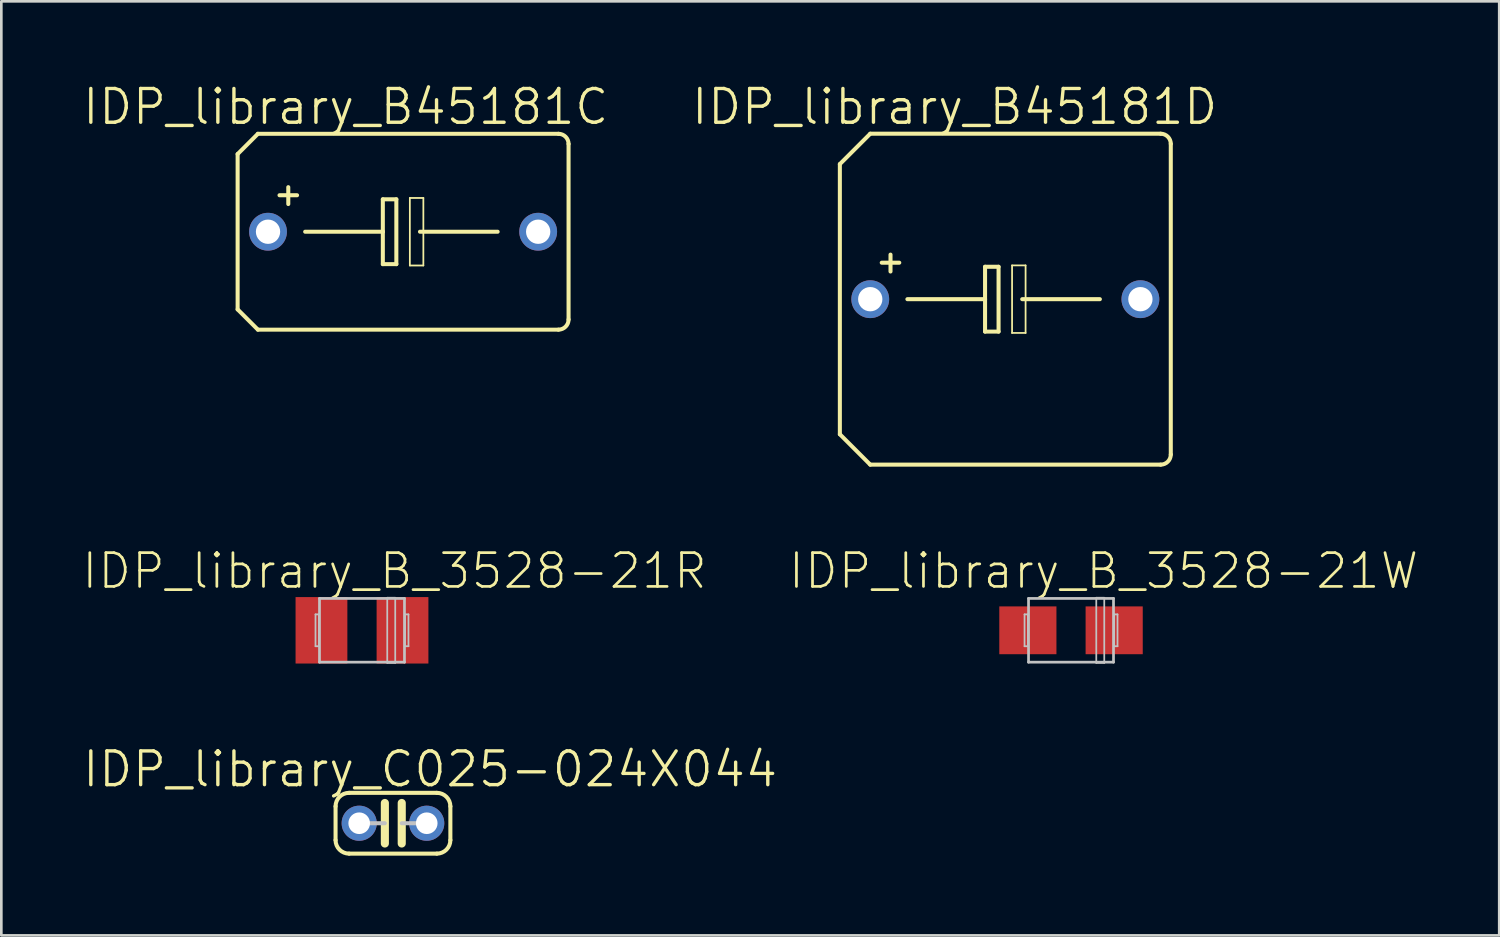
<source format=kicad_pcb>
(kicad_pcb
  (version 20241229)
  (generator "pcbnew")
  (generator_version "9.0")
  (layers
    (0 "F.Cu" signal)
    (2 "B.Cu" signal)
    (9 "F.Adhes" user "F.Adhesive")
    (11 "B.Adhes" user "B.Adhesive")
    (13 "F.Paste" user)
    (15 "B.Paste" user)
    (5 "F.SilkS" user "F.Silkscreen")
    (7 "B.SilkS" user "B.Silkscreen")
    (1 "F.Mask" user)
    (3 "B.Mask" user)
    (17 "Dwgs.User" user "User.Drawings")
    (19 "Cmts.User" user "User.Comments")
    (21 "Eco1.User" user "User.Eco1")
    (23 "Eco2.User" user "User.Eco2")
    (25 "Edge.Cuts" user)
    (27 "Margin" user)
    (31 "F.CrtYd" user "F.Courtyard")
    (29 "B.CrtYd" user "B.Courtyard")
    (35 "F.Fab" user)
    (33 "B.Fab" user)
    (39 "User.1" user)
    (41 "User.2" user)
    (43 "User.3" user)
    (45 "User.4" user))
  (footprint "IDP_library_B45181C"
    (layer "F.Cu")
    (at 12.11 5.665)
    (property "Reference" "IDP_library_B45181C" (at -2.159 -4.699 0) (layer "F.SilkS") (effects (font (size 1.27 1.27) (thickness 0.127))))
    (attr exclude_from_pos_files exclude_from_bom)
    (fp_line (start -6.223 -2.921) (end -6.223 2.921) (stroke (width 0.152) (type solid)) (layer "F.SilkS"))
    (fp_line (start -6.223 -2.921) (end -5.461 -3.683) (stroke (width 0.152) (type solid)) (layer "F.SilkS"))
    (fp_line (start -5.461 3.683) (end -6.223 2.921) (stroke (width 0.152) (type solid)) (layer "F.SilkS"))
    (fp_line (start -5.461 3.683) (end 5.842 3.683) (stroke (width 0.152) (type solid)) (layer "F.SilkS"))
    (fp_line (start -4.318 -1.676) (end -4.318 -1.041) (stroke (width 0.152) (type solid)) (layer "F.SilkS"))
    (fp_line (start -3.988 -1.372) (end -4.648 -1.372) (stroke (width 0.152) (type solid)) (layer "F.SilkS"))
    (fp_line (start -3.683 0) (end -0.762 0) (stroke (width 0.152) (type solid)) (layer "F.SilkS"))
    (fp_line (start -0.762 -1.219) (end -0.762 0) (stroke (width 0.152) (type solid)) (layer "F.SilkS"))
    (fp_line (start -0.762 0) (end -0.762 1.219) (stroke (width 0.152) (type solid)) (layer "F.SilkS"))
    (fp_line (start -0.762 1.219) (end -0.254 1.219) (stroke (width 0.152) (type solid)) (layer "F.SilkS"))
    (fp_line (start -0.254 -1.219) (end -0.762 -1.219) (stroke (width 0.152) (type solid)) (layer "F.SilkS"))
    (fp_line (start -0.254 1.219) (end -0.254 -1.219) (stroke (width 0.152) (type solid)) (layer "F.SilkS"))
    (fp_line (start 0.254 -1.27) (end 0.762 -1.27) (stroke (width 0.066) (type solid)) (layer "F.SilkS"))
    (fp_line (start 0.254 1.27) (end 0.254 -1.27) (stroke (width 0.066) (type solid)) (layer "F.SilkS"))
    (fp_line (start 0.254 1.27) (end 0.762 1.27) (stroke (width 0.066) (type solid)) (layer "F.SilkS"))
    (fp_line (start 0.635 0) (end 3.556 0) (stroke (width 0.152) (type solid)) (layer "F.SilkS"))
    (fp_line (start 0.762 1.27) (end 0.762 -1.27) (stroke (width 0.066) (type solid)) (layer "F.SilkS"))
    (fp_line (start 5.842 -3.683) (end -5.461 -3.683) (stroke (width 0.152) (type solid)) (layer "F.SilkS"))
    (fp_line (start 6.223 -3.302) (end 6.223 3.302) (stroke (width 0.152) (type solid)) (layer "F.SilkS"))
    (fp_arc (start 5.842 -3.683) (mid 6.111408 -3.571408) (end 6.223 -3.302) (stroke (width 0.1524) (type solid)) (layer "F.SilkS"))
    (fp_arc (start 6.223 3.302) (mid 6.111408 3.571408) (end 5.842 3.683) (stroke (width 0.1524) (type solid)) (layer "F.SilkS"))
    (pad "+" thru_hole circle (at -5.08 0) (size 1.422 1.422) (drill 0.914) (layers "*.Cu" "*.Paste" "*.Mask"))
    (pad "-" thru_hole circle (at 5.08 0) (size 1.422 1.422) (drill 0.914) (layers "*.Cu" "*.Paste" "*.Mask")))
  (footprint "IDP_library_C025-024X044"
    (layer "F.Cu")
    (at 10.459 27.911)
    (property "Reference" "IDP_library_C025-024X044" (at 2.667 -2.032 0) (layer "F.SilkS") (effects (font (size 1.27 1.27) (thickness 0.127))))
    (attr exclude_from_pos_files exclude_from_bom)
    (fp_line (start -0.889 0.635) (end -0.889 -0.635) (stroke (width 0.152) (type solid)) (layer "F.SilkS"))
    (fp_line (start 0.965 -0.762) (end 0.965 0.762) (stroke (width 0.305) (type solid)) (layer "F.SilkS"))
    (fp_line (start 1.6 -0.762) (end 1.6 0.762) (stroke (width 0.305) (type solid)) (layer "F.SilkS"))
    (fp_line (start 2.921 -1.143) (end -0.381 -1.143) (stroke (width 0.152) (type solid)) (layer "F.SilkS"))
    (fp_line (start 2.921 1.143) (end -0.381 1.143) (stroke (width 0.152) (type solid)) (layer "F.SilkS"))
    (fp_line (start 3.429 0.635) (end 3.429 -0.635) (stroke (width 0.152) (type solid)) (layer "F.SilkS"))
    (fp_arc (start -0.889 -0.635) (mid -0.74021 -0.99421) (end -0.381 -1.143) (stroke (width 0.1524) (type solid)) (layer "F.SilkS"))
    (fp_arc (start -0.381 1.143) (mid -0.74021 0.99421) (end -0.889 0.635) (stroke (width 0.1524) (type solid)) (layer "F.SilkS"))
    (fp_arc (start 2.921 -1.143) (mid 3.28021 -0.99421) (end 3.429 -0.635) (stroke (width 0.1524) (type solid)) (layer "F.SilkS"))
    (fp_arc (start 3.429 0.635) (mid 3.28021 0.99421) (end 2.921 1.143) (stroke (width 0.1524) (type solid)) (layer "F.SilkS"))
    (fp_line (start 0 0) (end 0.965 0) (stroke (width 0.152) (type solid)) (layer "Dwgs.User"))
    (fp_line (start 2.54 0) (end 1.6 0) (stroke (width 0.152) (type solid)) (layer "Dwgs.User"))
    (pad "1" thru_hole circle (at 0 0) (size 1.321 1.321) (drill 0.813) (layers "*.Cu" "*.Paste" "*.Mask"))
    (pad "2" thru_hole circle (at 2.54 0) (size 1.321 1.321) (drill 0.813) (layers "*.Cu" "*.Paste" "*.Mask")))
  (footprint "IDP_library_B_3528-21R"
    (layer "F.Cu")
    (at 10.564 20.655)
    (property "Reference" "IDP_library_B_3528-21R" (at 1.224 -2.233 0) (layer "F.SilkS") (effects (font (size 1.27 1.27) (thickness 0.102))))
    (attr smd)
    (fp_line (start -1.748 -0.599) (end -1.623 -0.599) (stroke (width 0.066) (type solid)) (layer "Dwgs.User"))
    (fp_line (start -1.748 0.599) (end -1.748 -0.599) (stroke (width 0.066) (type solid)) (layer "Dwgs.User"))
    (fp_line (start -1.748 0.599) (end -1.623 0.599) (stroke (width 0.066) (type solid)) (layer "Dwgs.User"))
    (fp_line (start -1.623 0.599) (end -1.623 -0.599) (stroke (width 0.066) (type solid)) (layer "Dwgs.User"))
    (fp_line (start -1.598 -1.199) (end 1.598 -1.199) (stroke (width 0.102) (type solid)) (layer "Dwgs.User"))
    (fp_line (start -1.598 1.199) (end -1.598 -1.199) (stroke (width 0.102) (type solid)) (layer "Dwgs.User"))
    (fp_line (start 0.95 -1.224) (end 1.25 -1.224) (stroke (width 0.066) (type solid)) (layer "Dwgs.User"))
    (fp_line (start 0.95 1.224) (end 0.95 -1.224) (stroke (width 0.066) (type solid)) (layer "Dwgs.User"))
    (fp_line (start 0.95 1.224) (end 1.25 1.224) (stroke (width 0.066) (type solid)) (layer "Dwgs.User"))
    (fp_line (start 1.25 1.224) (end 1.25 -1.224) (stroke (width 0.066) (type solid)) (layer "Dwgs.User"))
    (fp_line (start 1.598 -1.199) (end 1.598 1.199) (stroke (width 0.102) (type solid)) (layer "Dwgs.User"))
    (fp_line (start 1.598 1.199) (end -1.598 1.199) (stroke (width 0.102) (type solid)) (layer "Dwgs.User"))
    (fp_line (start 1.623 -0.599) (end 1.748 -0.599) (stroke (width 0.066) (type solid)) (layer "Dwgs.User"))
    (fp_line (start 1.623 0.599) (end 1.623 -0.599) (stroke (width 0.066) (type solid)) (layer "Dwgs.User"))
    (fp_line (start 1.623 0.599) (end 1.748 0.599) (stroke (width 0.066) (type solid)) (layer "Dwgs.User"))
    (fp_line (start 1.748 0.599) (end 1.748 -0.599) (stroke (width 0.066) (type solid)) (layer "Dwgs.User"))
    (pad "+" smd rect (at 1.524 0) (size 1.948 2.499) (layers "F.Cu" "F.Mask" "F.Paste"))
    (pad "-" smd rect (at -1.524 0) (size 1.948 2.499) (layers "F.Cu" "F.Mask" "F.Paste")))
  (footprint "IDP_library_B_3528-21W"
    (layer "F.Cu")
    (at 37.23 20.655)
    (property "Reference" "IDP_library_B_3528-21W" (at 1.224 -2.233 0) (layer "F.SilkS") (effects (font (size 1.27 1.27) (thickness 0.102))))
    (attr smd)
    (fp_line (start -1.748 -0.599) (end -1.623 -0.599) (stroke (width 0.066) (type solid)) (layer "Dwgs.User"))
    (fp_line (start -1.748 0.599) (end -1.748 -0.599) (stroke (width 0.066) (type solid)) (layer "Dwgs.User"))
    (fp_line (start -1.748 0.599) (end -1.623 0.599) (stroke (width 0.066) (type solid)) (layer "Dwgs.User"))
    (fp_line (start -1.623 0.599) (end -1.623 -0.599) (stroke (width 0.066) (type solid)) (layer "Dwgs.User"))
    (fp_line (start -1.598 -1.199) (end 1.598 -1.199) (stroke (width 0.102) (type solid)) (layer "Dwgs.User"))
    (fp_line (start -1.598 1.199) (end -1.598 -1.199) (stroke (width 0.102) (type solid)) (layer "Dwgs.User"))
    (fp_line (start 0.95 -1.224) (end 1.25 -1.224) (stroke (width 0.066) (type solid)) (layer "Dwgs.User"))
    (fp_line (start 0.95 1.224) (end 0.95 -1.224) (stroke (width 0.066) (type solid)) (layer "Dwgs.User"))
    (fp_line (start 0.95 1.224) (end 1.25 1.224) (stroke (width 0.066) (type solid)) (layer "Dwgs.User"))
    (fp_line (start 1.25 1.224) (end 1.25 -1.224) (stroke (width 0.066) (type solid)) (layer "Dwgs.User"))
    (fp_line (start 1.598 -1.199) (end 1.598 1.199) (stroke (width 0.102) (type solid)) (layer "Dwgs.User"))
    (fp_line (start 1.598 1.199) (end -1.598 1.199) (stroke (width 0.102) (type solid)) (layer "Dwgs.User"))
    (fp_line (start 1.623 -0.599) (end 1.748 -0.599) (stroke (width 0.066) (type solid)) (layer "Dwgs.User"))
    (fp_line (start 1.623 0.599) (end 1.623 -0.599) (stroke (width 0.066) (type solid)) (layer "Dwgs.User"))
    (fp_line (start 1.623 0.599) (end 1.748 0.599) (stroke (width 0.066) (type solid)) (layer "Dwgs.User"))
    (fp_line (start 1.748 0.599) (end 1.748 -0.599) (stroke (width 0.066) (type solid)) (layer "Dwgs.User"))
    (pad "+" smd rect (at 1.623 0) (size 2.149 1.798) (layers "F.Cu" "F.Mask" "F.Paste"))
    (pad "-" smd rect (at -1.623 0) (size 2.149 1.798) (layers "F.Cu" "F.Mask" "F.Paste")))
  (footprint "IDP_library_B45181D"
    (layer "F.Cu")
    (at 34.759 8.202)
    (property "Reference" "IDP_library_B45181D" (at -1.905 -7.236 0) (layer "F.SilkS") (effects (font (size 1.27 1.27) (thickness 0.127))))
    (attr exclude_from_pos_files exclude_from_bom)
    (fp_line (start -6.223 -5.08) (end -6.223 5.08) (stroke (width 0.152) (type solid)) (layer "F.SilkS"))
    (fp_line (start -6.223 -5.08) (end -5.08 -6.223) (stroke (width 0.152) (type solid)) (layer "F.SilkS"))
    (fp_line (start -5.08 6.223) (end -6.223 5.08) (stroke (width 0.152) (type solid)) (layer "F.SilkS"))
    (fp_line (start -5.08 6.223) (end 5.842 6.223) (stroke (width 0.152) (type solid)) (layer "F.SilkS"))
    (fp_line (start -4.318 -1.676) (end -4.318 -1.041) (stroke (width 0.152) (type solid)) (layer "F.SilkS"))
    (fp_line (start -3.988 -1.372) (end -4.648 -1.372) (stroke (width 0.152) (type solid)) (layer "F.SilkS"))
    (fp_line (start -3.683 0) (end -0.762 0) (stroke (width 0.152) (type solid)) (layer "F.SilkS"))
    (fp_line (start -0.762 -1.219) (end -0.762 0) (stroke (width 0.152) (type solid)) (layer "F.SilkS"))
    (fp_line (start -0.762 0) (end -0.762 1.219) (stroke (width 0.152) (type solid)) (layer "F.SilkS"))
    (fp_line (start -0.762 1.219) (end -0.254 1.219) (stroke (width 0.152) (type solid)) (layer "F.SilkS"))
    (fp_line (start -0.254 -1.219) (end -0.762 -1.219) (stroke (width 0.152) (type solid)) (layer "F.SilkS"))
    (fp_line (start -0.254 1.219) (end -0.254 -1.219) (stroke (width 0.152) (type solid)) (layer "F.SilkS"))
    (fp_line (start 0.254 -1.27) (end 0.762 -1.27) (stroke (width 0.066) (type solid)) (layer "F.SilkS"))
    (fp_line (start 0.254 1.27) (end 0.254 -1.27) (stroke (width 0.066) (type solid)) (layer "F.SilkS"))
    (fp_line (start 0.254 1.27) (end 0.762 1.27) (stroke (width 0.066) (type solid)) (layer "F.SilkS"))
    (fp_line (start 0.635 0) (end 3.556 0) (stroke (width 0.152) (type solid)) (layer "F.SilkS"))
    (fp_line (start 0.762 1.27) (end 0.762 -1.27) (stroke (width 0.066) (type solid)) (layer "F.SilkS"))
    (fp_line (start 5.842 -6.223) (end -5.08 -6.223) (stroke (width 0.152) (type solid)) (layer "F.SilkS"))
    (fp_line (start 6.223 -5.842) (end 6.223 5.842) (stroke (width 0.152) (type solid)) (layer "F.SilkS"))
    (fp_arc (start 5.842 -6.223) (mid 6.111408 -6.111408) (end 6.223 -5.842) (stroke (width 0.1524) (type solid)) (layer "F.SilkS"))
    (fp_arc (start 6.223 5.842) (mid 6.111408 6.111408) (end 5.842 6.223) (stroke (width 0.1524) (type solid)) (layer "F.SilkS"))
    (pad "+" thru_hole circle (at -5.08 0) (size 1.422 1.422) (drill 0.914) (layers "*.Cu" "*.Paste" "*.Mask"))
    (pad "-" thru_hole circle (at 5.08 0) (size 1.422 1.422) (drill 0.914) (layers "*.Cu" "*.Paste" "*.Mask")))
  (gr_rect
    (start -3 -3)
    (end 53.334 32.13)
    (stroke (width 0.1) (type default))
    (fill no)
    (layer "Edge.Cuts")))
</source>
